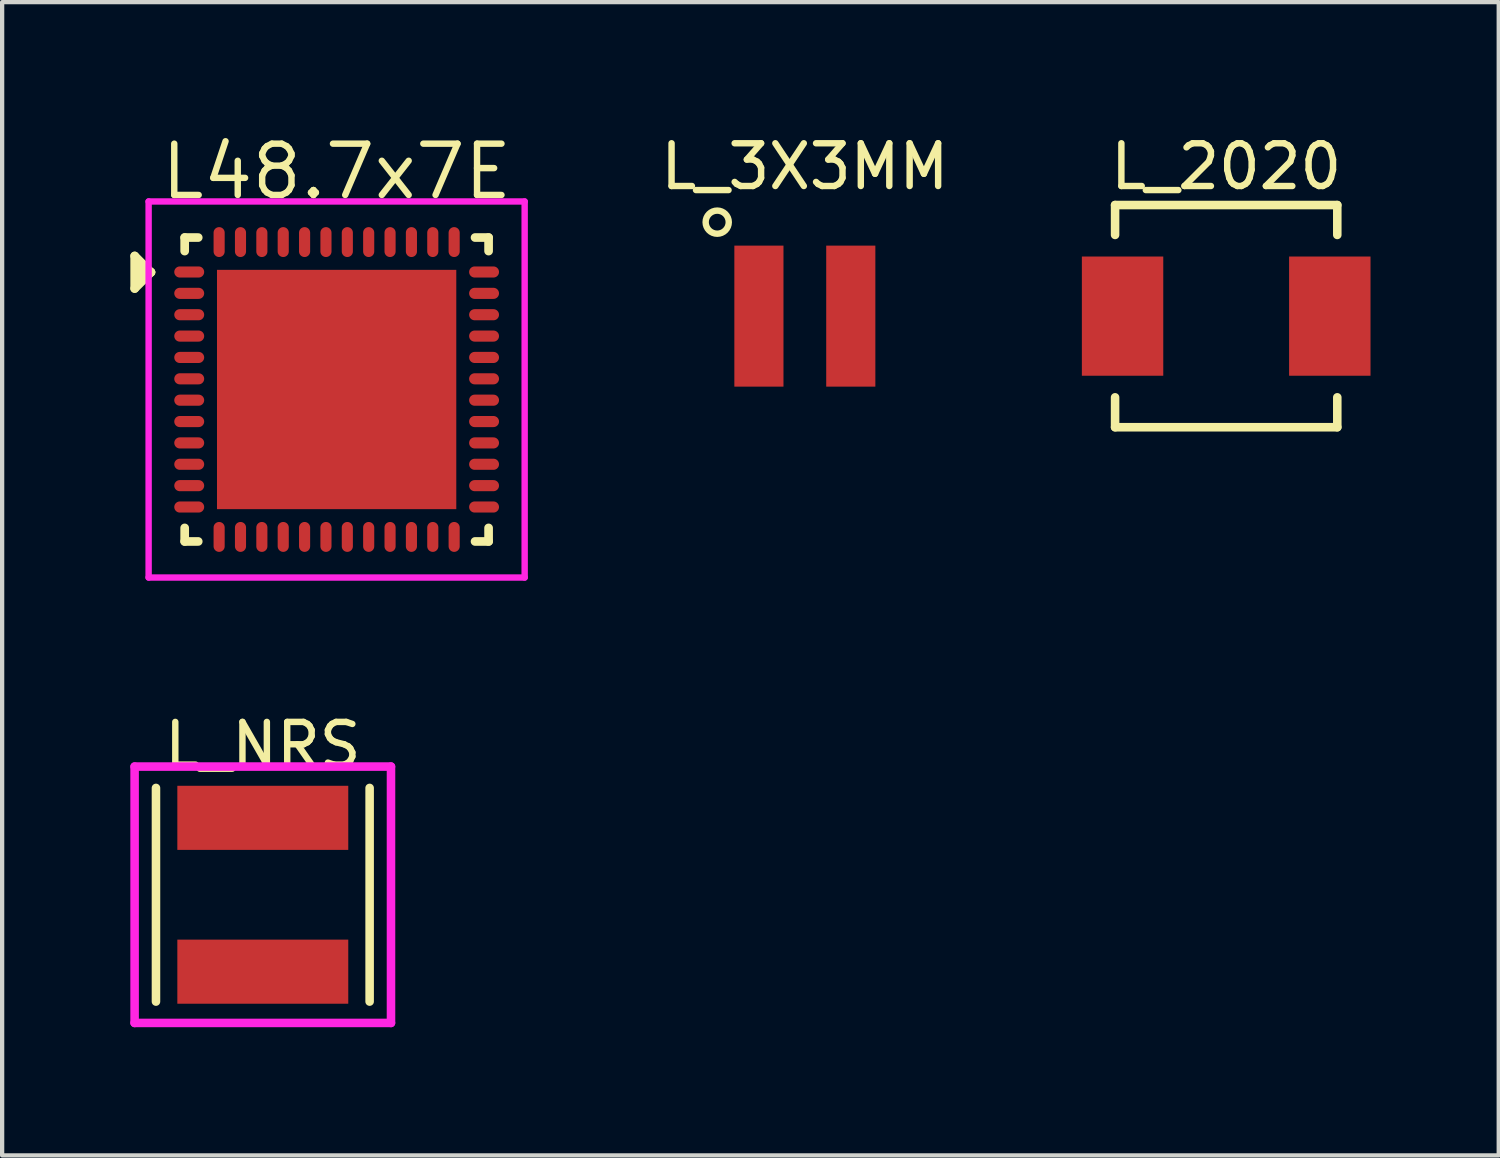
<source format=kicad_pcb>
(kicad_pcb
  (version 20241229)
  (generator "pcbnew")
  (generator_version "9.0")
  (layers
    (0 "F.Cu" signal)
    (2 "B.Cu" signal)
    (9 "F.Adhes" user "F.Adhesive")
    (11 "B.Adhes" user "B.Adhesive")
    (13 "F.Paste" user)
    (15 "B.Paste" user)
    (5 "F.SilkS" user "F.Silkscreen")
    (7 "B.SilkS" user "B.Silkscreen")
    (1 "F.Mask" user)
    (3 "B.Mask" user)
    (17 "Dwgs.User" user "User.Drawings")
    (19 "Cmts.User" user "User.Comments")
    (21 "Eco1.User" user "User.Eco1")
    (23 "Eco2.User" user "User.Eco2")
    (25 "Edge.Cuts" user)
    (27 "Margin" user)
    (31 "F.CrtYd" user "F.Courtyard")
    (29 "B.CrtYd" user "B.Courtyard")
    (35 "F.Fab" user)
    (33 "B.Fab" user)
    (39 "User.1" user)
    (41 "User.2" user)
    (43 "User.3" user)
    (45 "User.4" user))
  (footprint "L_3X3MM"
    (layer "F.Cu")
    (at 15.785 4.348)
    (property "Reference" "L_3X3MM" (at 0 -3.5 0) (layer "F.SilkS") (effects (font (size 1 1) (thickness 0.15))))
    (attr smd)
    (fp_circle (center -2.051 -2.199) (end -1.799 -2.1) (stroke (width 0.15) (type solid)) (fill no) (layer "F.SilkS"))
    (pad "1" smd rect (at -1.075 0) (size 1.15 3.3) (layers "F.Cu" "F.Mask" "F.Paste"))
    (pad "2" smd rect (at 1.075 0) (size 1.15 3.3) (layers "F.Cu" "F.Mask" "F.Paste")))
  (footprint "L48.7x7E"
    (layer "F.Cu")
    (at 4.828 6.065)
    (property "Reference" "L48.7x7E" (at 0 -5.1 0) (layer "F.SilkS") (effects (font (size 1.2 1.2) (thickness 0.15))))
    (attr through_hole)
    (fp_line (start -4.726 -3.125) (end -4.726 -2.363) (stroke (width 0.203) (type solid)) (layer "F.SilkS"))
    (fp_line (start -4.726 -2.363) (end -4.345 -2.744) (stroke (width 0.203) (type solid)) (layer "F.SilkS"))
    (fp_line (start -4.599 -2.871) (end -4.599 -2.617) (stroke (width 0.203) (type solid)) (layer "F.SilkS"))
    (fp_line (start -4.345 -2.744) (end -4.726 -3.125) (stroke (width 0.203) (type solid)) (layer "F.SilkS"))
    (fp_line (start -4.345 -2.744) (end -4.599 -2.871) (stroke (width 0.203) (type solid)) (layer "F.SilkS"))
    (fp_line (start -3.556 -3.556) (end -3.239 -3.556) (stroke (width 0.203) (type solid)) (layer "F.SilkS"))
    (fp_line (start -3.556 -3.239) (end -3.556 -3.556) (stroke (width 0.203) (type solid)) (layer "F.SilkS"))
    (fp_line (start -3.556 3.239) (end -3.556 3.556) (stroke (width 0.203) (type solid)) (layer "F.SilkS"))
    (fp_line (start -3.556 3.556) (end -3.239 3.556) (stroke (width 0.203) (type solid)) (layer "F.SilkS"))
    (fp_line (start 3.239 -3.556) (end 3.556 -3.556) (stroke (width 0.203) (type solid)) (layer "F.SilkS"))
    (fp_line (start 3.556 -3.556) (end 3.556 -3.239) (stroke (width 0.203) (type solid)) (layer "F.SilkS"))
    (fp_line (start 3.556 3.239) (end 3.556 3.556) (stroke (width 0.203) (type solid)) (layer "F.SilkS"))
    (fp_line (start 3.556 3.556) (end 3.239 3.556) (stroke (width 0.203) (type solid)) (layer "F.SilkS"))
    (fp_line (start -4.4 -4.4) (end 4.4 -4.4) (stroke (width 0.15) (type solid)) (layer "F.CrtYd"))
    (fp_line (start -4.4 4.4) (end -4.4 -4.4) (stroke (width 0.15) (type solid)) (layer "F.CrtYd"))
    (fp_line (start 4.4 -4.4) (end 4.4 4.4) (stroke (width 0.15) (type solid)) (layer "F.CrtYd"))
    (fp_line (start 4.4 4.4) (end -4.4 4.4) (stroke (width 0.15) (type solid)) (layer "F.CrtYd"))
    (pad "1" smd oval (at -3.45 -2.75 90) (size 0.26 0.7) (layers "F.Cu" "F.Mask" "F.Paste"))
    (pad "2" smd oval (at -3.45 -2.25 90) (size 0.26 0.7) (layers "F.Cu" "F.Mask" "F.Paste"))
    (pad "3" smd oval (at -3.45 -1.75 90) (size 0.26 0.7) (layers "F.Cu" "F.Mask" "F.Paste"))
    (pad "4" smd oval (at -3.45 -1.25 90) (size 0.26 0.7) (layers "F.Cu" "F.Mask" "F.Paste"))
    (pad "5" smd oval (at -3.45 -0.75 90) (size 0.26 0.7) (layers "F.Cu" "F.Mask" "F.Paste"))
    (pad "6" smd oval (at -3.45 -0.25 90) (size 0.26 0.7) (layers "F.Cu" "F.Mask" "F.Paste"))
    (pad "7" smd oval (at -3.45 0.25 90) (size 0.26 0.7) (layers "F.Cu" "F.Mask" "F.Paste"))
    (pad "8" smd oval (at -3.45 0.75 90) (size 0.26 0.7) (layers "F.Cu" "F.Mask" "F.Paste"))
    (pad "9" smd oval (at -3.45 1.25 90) (size 0.26 0.7) (layers "F.Cu" "F.Mask" "F.Paste"))
    (pad "10" smd oval (at -3.45 1.75 90) (size 0.26 0.7) (layers "F.Cu" "F.Mask" "F.Paste"))
    (pad "11" smd oval (at -3.45 2.25 90) (size 0.26 0.7) (layers "F.Cu" "F.Mask" "F.Paste"))
    (pad "12" smd oval (at -3.45 2.75 90) (size 0.26 0.7) (layers "F.Cu" "F.Mask" "F.Paste"))
    (pad "13" smd oval (at -2.75 3.45 180) (size 0.26 0.7) (layers "F.Cu" "F.Mask" "F.Paste"))
    (pad "14" smd oval (at -2.25 3.45 180) (size 0.26 0.7) (layers "F.Cu" "F.Mask" "F.Paste"))
    (pad "15" smd oval (at -1.75 3.45 180) (size 0.26 0.7) (layers "F.Cu" "F.Mask" "F.Paste"))
    (pad "16" smd oval (at -1.25 3.45 180) (size 0.26 0.7) (layers "F.Cu" "F.Mask" "F.Paste"))
    (pad "17" smd oval (at -0.75 3.45 180) (size 0.26 0.7) (layers "F.Cu" "F.Mask" "F.Paste"))
    (pad "18" smd oval (at -0.25 3.45 180) (size 0.26 0.7) (layers "F.Cu" "F.Mask" "F.Paste"))
    (pad "19" smd oval (at 0.25 3.45 180) (size 0.26 0.7) (layers "F.Cu" "F.Mask" "F.Paste"))
    (pad "20" smd oval (at 0.75 3.45 180) (size 0.26 0.7) (layers "F.Cu" "F.Mask" "F.Paste"))
    (pad "21" smd oval (at 1.25 3.45 180) (size 0.26 0.7) (layers "F.Cu" "F.Mask" "F.Paste"))
    (pad "22" smd oval (at 1.75 3.45 180) (size 0.26 0.7) (layers "F.Cu" "F.Mask" "F.Paste"))
    (pad "23" smd oval (at 2.25 3.45 180) (size 0.26 0.7) (layers "F.Cu" "F.Mask" "F.Paste"))
    (pad "24" smd oval (at 2.75 3.45 180) (size 0.26 0.7) (layers "F.Cu" "F.Mask" "F.Paste"))
    (pad "25" smd oval (at 3.45 2.75 90) (size 0.26 0.7) (layers "F.Cu" "F.Mask" "F.Paste"))
    (pad "26" smd oval (at 3.45 2.25 90) (size 0.26 0.7) (layers "F.Cu" "F.Mask" "F.Paste"))
    (pad "27" smd oval (at 3.45 1.75 90) (size 0.26 0.7) (layers "F.Cu" "F.Mask" "F.Paste"))
    (pad "28" smd oval (at 3.45 1.25 90) (size 0.26 0.7) (layers "F.Cu" "F.Mask" "F.Paste"))
    (pad "29" smd oval (at 3.45 0.75 90) (size 0.26 0.7) (layers "F.Cu" "F.Mask" "F.Paste"))
    (pad "30" smd oval (at 3.45 0.25 90) (size 0.26 0.7) (layers "F.Cu" "F.Mask" "F.Paste"))
    (pad "31" smd oval (at 3.45 -0.25 90) (size 0.26 0.7) (layers "F.Cu" "F.Mask" "F.Paste"))
    (pad "32" smd oval (at 3.45 -0.75 90) (size 0.26 0.7) (layers "F.Cu" "F.Mask" "F.Paste"))
    (pad "33" smd oval (at 3.45 -1.25 90) (size 0.26 0.7) (layers "F.Cu" "F.Mask" "F.Paste"))
    (pad "34" smd oval (at 3.45 -1.75 90) (size 0.26 0.7) (layers "F.Cu" "F.Mask" "F.Paste"))
    (pad "35" smd oval (at 3.45 -2.25 90) (size 0.26 0.7) (layers "F.Cu" "F.Mask" "F.Paste"))
    (pad "36" smd oval (at 3.45 -2.75 90) (size 0.26 0.7) (layers "F.Cu" "F.Mask" "F.Paste"))
    (pad "37" smd oval (at 2.75 -3.45 180) (size 0.26 0.7) (layers "F.Cu" "F.Mask" "F.Paste"))
    (pad "38" smd oval (at 2.25 -3.45 180) (size 0.26 0.7) (layers "F.Cu" "F.Mask" "F.Paste"))
    (pad "39" smd oval (at 1.75 -3.45 180) (size 0.26 0.7) (layers "F.Cu" "F.Mask" "F.Paste"))
    (pad "40" smd oval (at 1.25 -3.45 180) (size 0.26 0.7) (layers "F.Cu" "F.Mask" "F.Paste"))
    (pad "41" smd oval (at 0.75 -3.45 180) (size 0.26 0.7) (layers "F.Cu" "F.Mask" "F.Paste"))
    (pad "42" smd oval (at 0.25 -3.45 180) (size 0.26 0.7) (layers "F.Cu" "F.Mask" "F.Paste"))
    (pad "43" smd oval (at -0.25 -3.45 180) (size 0.26 0.7) (layers "F.Cu" "F.Mask" "F.Paste"))
    (pad "44" smd oval (at -0.75 -3.45 180) (size 0.26 0.7) (layers "F.Cu" "F.Mask" "F.Paste"))
    (pad "45" smd oval (at -1.25 -3.45 180) (size 0.26 0.7) (layers "F.Cu" "F.Mask" "F.Paste"))
    (pad "46" smd oval (at -1.75 -3.45 180) (size 0.26 0.7) (layers "F.Cu" "F.Mask" "F.Paste"))
    (pad "47" smd oval (at -2.25 -3.45 180) (size 0.26 0.7) (layers "F.Cu" "F.Mask" "F.Paste"))
    (pad "48" smd oval (at -2.75 -3.45 180) (size 0.26 0.7) (layers "F.Cu" "F.Mask" "F.Paste"))
    (pad "EP" smd rect (at -1.78 -1.78) (size 1.45 1.45) (layers "F.Cu" "F.Paste"))
    (pad "EP" smd rect (at -1.78 0) (size 1.45 1.45) (layers "F.Cu" "F.Paste"))
    (pad "EP" smd rect (at -1.78 1.78) (size 1.45 1.45) (layers "F.Cu" "F.Paste"))
    (pad "EP" smd rect (at 0 -1.78) (size 1.45 1.45) (layers "F.Cu" "F.Paste"))
    (pad "EP" smd rect (at 0 0) (size 1.45 1.45) (layers "F.Cu" "F.Paste"))
    (pad "EP" smd rect (at 0 0) (size 5.6 5.6) (layers "F.Cu" "F.Mask"))
    (pad "EP" smd rect (at 0 1.78) (size 1.45 1.45) (layers "F.Cu" "F.Paste"))
    (pad "EP" smd rect (at 1.78 -1.78) (size 1.45 1.45) (layers "F.Cu" "F.Paste"))
    (pad "EP" smd rect (at 1.78 0) (size 1.45 1.45) (layers "F.Cu" "F.Paste"))
    (pad "EP" smd rect (at 1.78 1.78) (size 1.45 1.45) (layers "F.Cu" "F.Paste")))
  (footprint "L_2020"
    (layer "F.Cu")
    (at 25.645 4.348)
    (property "Reference" "L_2020" (at 0 -3.5 0) (layer "F.SilkS") (effects (font (size 1 1) (thickness 0.15))))
    (attr smd)
    (fp_line (start -2.6 -2.6) (end -2.6 -1.9) (stroke (width 0.2) (type solid)) (layer "F.SilkS"))
    (fp_line (start -2.6 -2.6) (end 2.6 -2.6) (stroke (width 0.2) (type solid)) (layer "F.SilkS"))
    (fp_line (start -2.6 2.6) (end -2.6 1.9) (stroke (width 0.2) (type solid)) (layer "F.SilkS"))
    (fp_line (start -2.6 2.6) (end 2.6 2.6) (stroke (width 0.2) (type solid)) (layer "F.SilkS"))
    (fp_line (start 2.6 -2.6) (end 2.6 -1.9) (stroke (width 0.2) (type solid)) (layer "F.SilkS"))
    (fp_line (start 2.6 2.6) (end 2.6 1.9) (stroke (width 0.2) (type solid)) (layer "F.SilkS"))
    (pad "1" smd rect (at -2.425 0) (size 1.905 2.79) (layers "F.Cu" "F.Mask" "F.Paste"))
    (pad "2" smd rect (at 2.425 0) (size 1.905 2.79) (layers "F.Cu" "F.Mask" "F.Paste")))
  (footprint "L_NRS"
    (layer "F.Cu")
    (at 3.1 17.889)
    (property "Reference" "L_NRS" (at 0 -3.5 0) (layer "F.SilkS") (effects (font (size 1 1) (thickness 0.15))))
    (attr smd)
    (fp_line (start -2.5 2.5) (end -2.5 -2.5) (stroke (width 0.2) (type solid)) (layer "F.SilkS"))
    (fp_line (start 2.5 2.5) (end 2.5 -2.5) (stroke (width 0.2) (type solid)) (layer "F.SilkS"))
    (fp_line (start -3 -3) (end 3 -3) (stroke (width 0.2) (type solid)) (layer "F.CrtYd"))
    (fp_line (start -3 3) (end -3 -3) (stroke (width 0.2) (type solid)) (layer "F.CrtYd"))
    (fp_line (start 3 -3) (end 3 3) (stroke (width 0.2) (type solid)) (layer "F.CrtYd"))
    (fp_line (start 3 3) (end -3 3) (stroke (width 0.2) (type solid)) (layer "F.CrtYd"))
    (pad "1" smd rect (at 0 1.8 90) (size 1.5 4) (layers "F.Cu" "F.Mask" "F.Paste"))
    (pad "2" smd rect (at 0 -1.8 90) (size 1.5 4) (layers "F.Cu" "F.Mask" "F.Paste")))
  (gr_rect
    (start -3 -3)
    (end 32.023 23.988)
    (stroke (width 0.1) (type default))
    (fill no)
    (layer "Edge.Cuts")))
</source>
